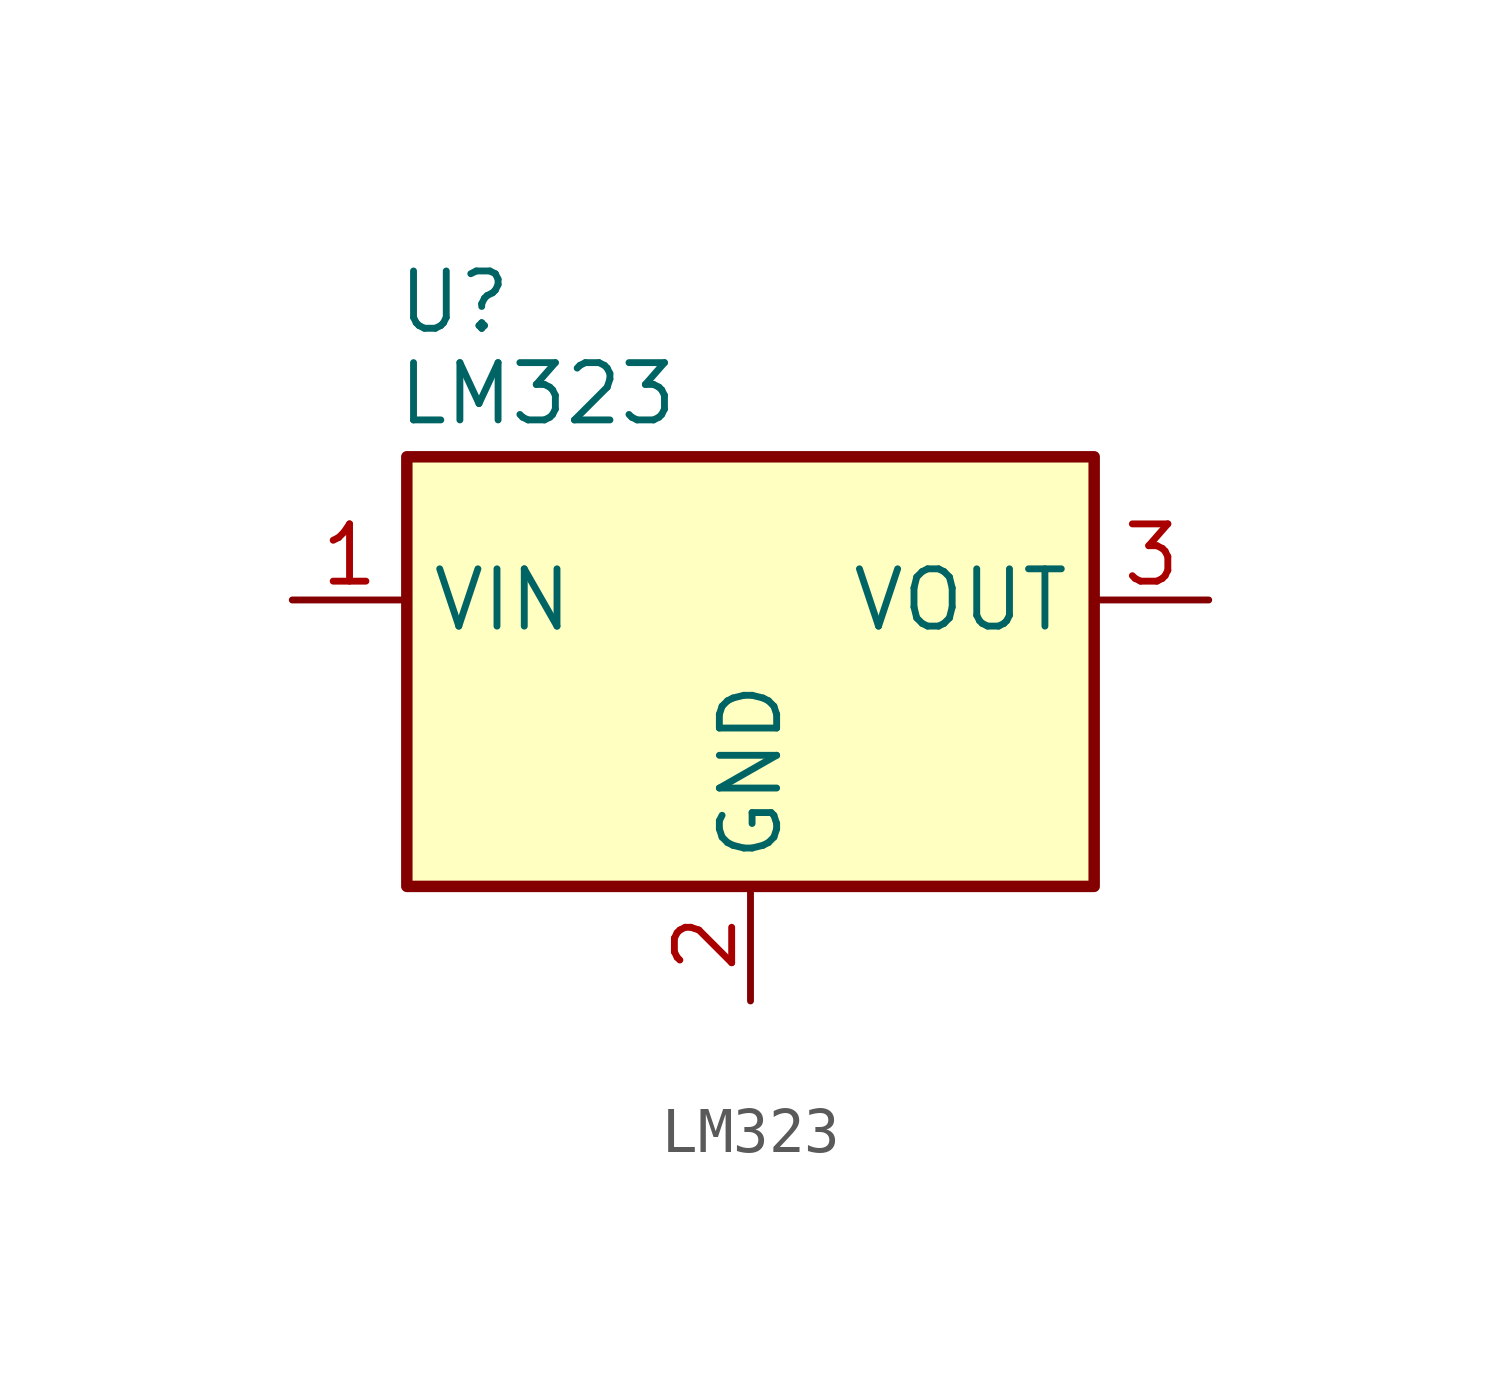
<source format=kicad_sym>
(kicad_symbol_lib
  (version 20231120)
  (generator "kicad_symbol_editor")
  (generator_version "8.0")
  (symbol "LM323"
    (property "Reference" "U"
      (at -7.874 9.144 0)
      (effects (font (size 1.27 1.27)) (justify left)))
    (property "Value" "LM323"
      (at -7.874 7.112 0)
      (effects (font (size 1.27 1.27)) (justify left)))
    (property "Footprint" ""
      (at -2.54 7.62 0)
      (effects (font (size 1.27 1.27)) (justify left)))
    (symbol "LM323_0_1"
      (rectangle (start -7.62 5.715) (end 7.62 -3.81) (stroke (width 0.254) (type default)) (fill (type background))))
    (symbol "LM323_1_1"
      (pin power_in line (at -10.16 2.54 0) (length 2.54) (name "VIN" (effects (font (size 1.27 1.27)))) (number "1" (effects (font (size 1.27 1.27)))))
      (pin power_in line (at 0 -6.35 90) (length 2.54) (name "GND" (effects (font (size 1.27 1.27)))) (number "2" (effects (font (size 1.27 1.27)))))
      (pin power_out line (at 10.16 2.54 180) (length 2.54) (name "VOUT" (effects (font (size 1.27 1.27)))) (number "3" (effects (font (size 1.27 1.27))))))))
</source>
